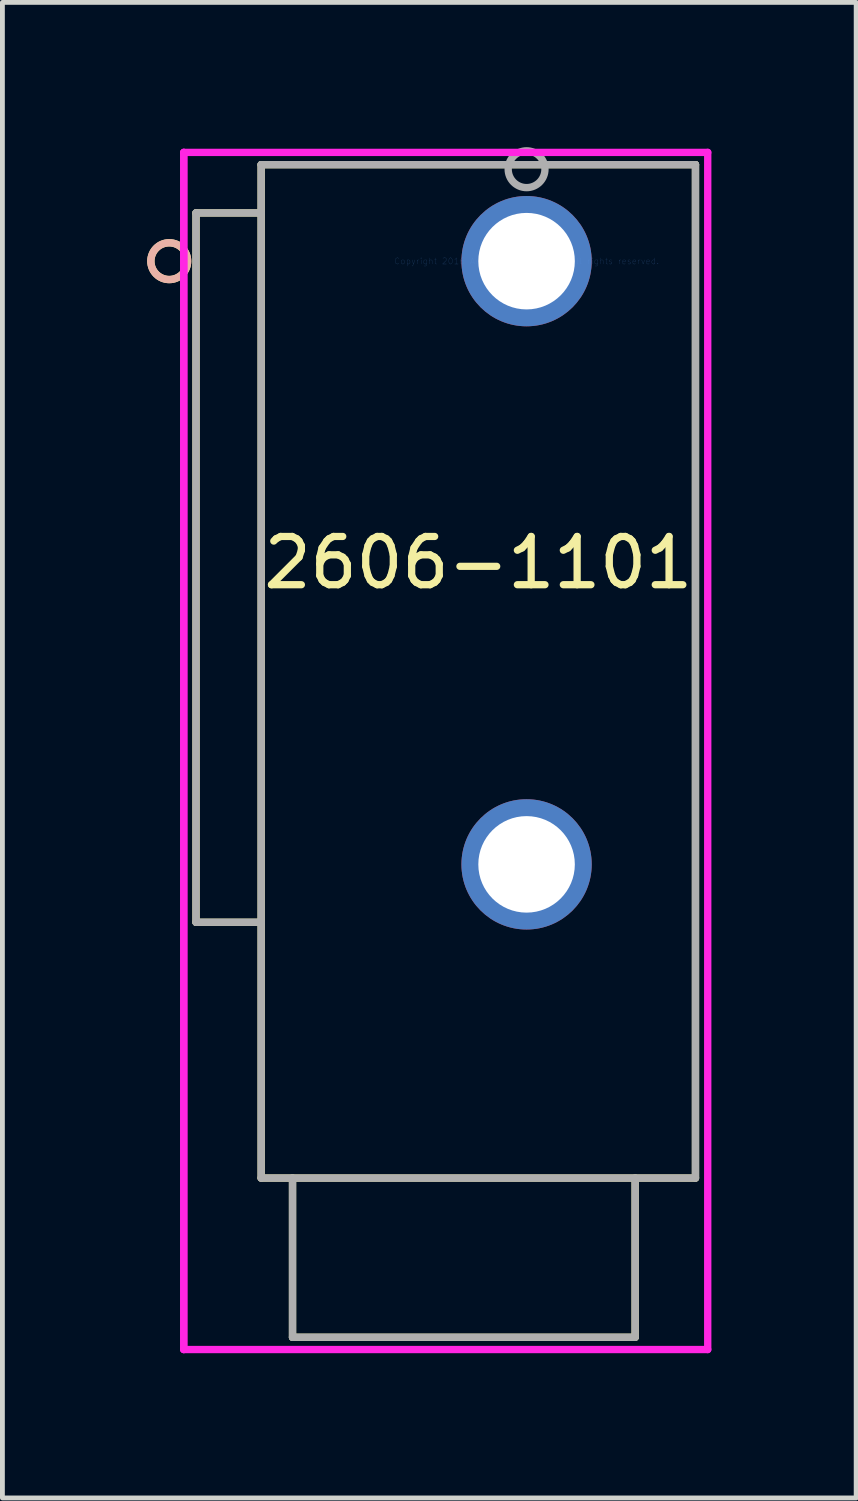
<source format=kicad_pcb>
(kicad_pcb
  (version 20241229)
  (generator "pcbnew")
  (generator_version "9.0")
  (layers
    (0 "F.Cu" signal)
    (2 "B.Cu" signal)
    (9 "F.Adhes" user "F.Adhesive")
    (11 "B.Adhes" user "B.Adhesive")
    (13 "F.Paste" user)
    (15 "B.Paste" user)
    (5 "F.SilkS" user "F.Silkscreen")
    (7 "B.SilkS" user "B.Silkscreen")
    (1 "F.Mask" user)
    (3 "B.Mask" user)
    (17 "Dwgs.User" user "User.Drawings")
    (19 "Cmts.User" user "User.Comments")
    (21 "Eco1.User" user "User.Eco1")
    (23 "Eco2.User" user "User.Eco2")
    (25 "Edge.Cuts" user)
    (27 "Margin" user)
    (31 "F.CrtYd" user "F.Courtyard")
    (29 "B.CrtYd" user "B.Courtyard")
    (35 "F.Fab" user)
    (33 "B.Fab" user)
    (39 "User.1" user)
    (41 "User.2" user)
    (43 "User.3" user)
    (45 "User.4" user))
  (footprint "2606-1101"
    (layer "F.Cu")
    (at 7.862 2.362)
    (property "Reference" "2606-1101" (at -1 6.25 0) (layer "F.SilkS") (effects (font (size 1 1) (thickness 0.15))))
    (attr through_hole)
    (fp_line (start -6.85 13.7) (end -6.85 -1) (stroke (width 0.152) (type solid)) (layer "F.SilkS"))
    (fp_line (start -5.5 -2) (end 3.5 -2) (stroke (width 0.152) (type solid)) (layer "F.SilkS"))
    (fp_line (start -5.5 -1) (end -6.85 -1) (stroke (width 0.152) (type solid)) (layer "F.SilkS"))
    (fp_line (start -5.5 13.7) (end -6.85 13.7) (stroke (width 0.152) (type solid)) (layer "F.SilkS"))
    (fp_line (start -5.5 19) (end -5.5 -2) (stroke (width 0.152) (type solid)) (layer "F.SilkS"))
    (fp_line (start -5.5 19) (end 3.5 19) (stroke (width 0.152) (type solid)) (layer "F.SilkS"))
    (fp_line (start -4.85 19) (end -4.85 22.3) (stroke (width 0.152) (type solid)) (layer "F.SilkS"))
    (fp_line (start -4.85 22.3) (end 2.25 22.3) (stroke (width 0.152) (type solid)) (layer "F.SilkS"))
    (fp_line (start 2.25 19) (end 2.25 22.3) (stroke (width 0.152) (type solid)) (layer "F.SilkS"))
    (fp_line (start 3.5 -2) (end 3.5 19) (stroke (width 0.152) (type solid)) (layer "F.SilkS"))
    (fp_circle (center -7.405 0) (end -7.024 0) (stroke (width 0.152) (type solid)) (fill no) (layer "F.SilkS"))
    (fp_circle (center -7.405 0) (end -7.024 0) (stroke (width 0.152) (type solid)) (fill no) (layer "B.SilkS"))
    (fp_line (start -7.104 -2.254) (end -7.104 22.554) (stroke (width 0.152) (type solid)) (layer "F.CrtYd"))
    (fp_line (start -7.104 -2.254) (end -7.104 22.554) (stroke (width 0.152) (type solid)) (layer "F.CrtYd"))
    (fp_line (start -7.104 22.554) (end 3.754 22.554) (stroke (width 0.152) (type solid)) (layer "F.CrtYd"))
    (fp_line (start 3.754 -2.254) (end -7.104 -2.254) (stroke (width 0.152) (type solid)) (layer "F.CrtYd"))
    (fp_line (start 3.754 22.554) (end 3.754 -2.254) (stroke (width 0.152) (type solid)) (layer "F.CrtYd"))
    (fp_line (start -6.85 13.7) (end -6.85 -1) (stroke (width 0.152) (type solid)) (layer "F.Fab"))
    (fp_line (start -5.5 -2) (end 3.5 -2) (stroke (width 0.152) (type solid)) (layer "F.Fab"))
    (fp_line (start -5.5 -1) (end -6.85 -1) (stroke (width 0.152) (type solid)) (layer "F.Fab"))
    (fp_line (start -5.5 13.7) (end -6.85 13.7) (stroke (width 0.152) (type solid)) (layer "F.Fab"))
    (fp_line (start -5.5 19) (end -5.5 -2) (stroke (width 0.152) (type solid)) (layer "F.Fab"))
    (fp_line (start -5.5 19) (end 3.5 19) (stroke (width 0.152) (type solid)) (layer "F.Fab"))
    (fp_line (start -4.85 19) (end -4.85 22.3) (stroke (width 0.152) (type solid)) (layer "F.Fab"))
    (fp_line (start -4.85 22.3) (end 2.25 22.3) (stroke (width 0.152) (type solid)) (layer "F.Fab"))
    (fp_line (start 2.25 19) (end 2.25 22.3) (stroke (width 0.152) (type solid)) (layer "F.Fab"))
    (fp_line (start 3.5 -2) (end 3.5 19) (stroke (width 0.152) (type solid)) (layer "F.Fab"))
    (fp_circle (center 0 -1.905) (end 0.381 -1.905) (stroke (width 0.152) (type solid)) (fill no) (layer "F.Fab"))
    (fp_text user "Copyright 2016 Accelerated Designs. All rights reserved." (at 0 0 0) (layer "Cmts.User") (effects (font (size 0.127 0.127) (thickness 0.002))))
    (pad "1" thru_hole circle (at 0 0) (size 2.7 2.7) (drill 2) (layers "*.Cu" "*.Mask"))
    (pad "2" thru_hole circle (at 0 12.5) (size 2.7 2.7) (drill 2) (layers "*.Cu" "*.Mask")))
  (gr_rect
    (start -3 -3)
    (end 14.692 27.992)
    (stroke (width 0.1) (type default))
    (fill no)
    (layer "Edge.Cuts")))
</source>
